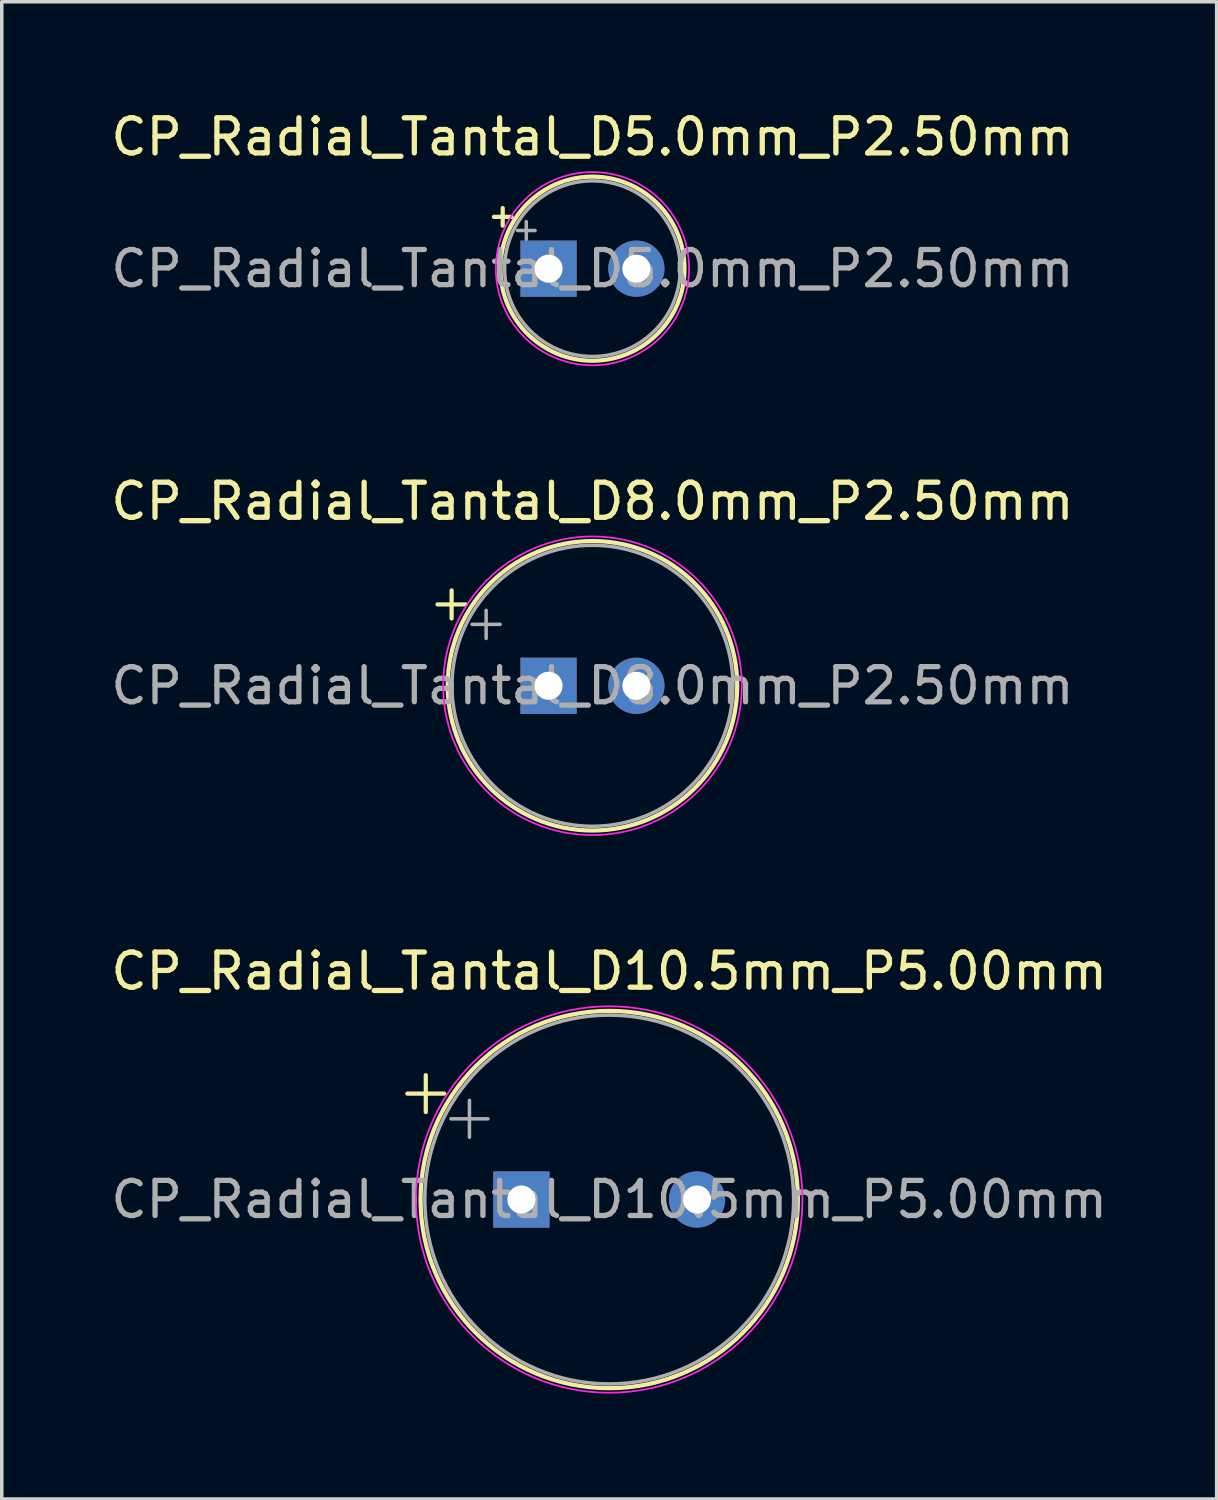
<source format=kicad_pcb>
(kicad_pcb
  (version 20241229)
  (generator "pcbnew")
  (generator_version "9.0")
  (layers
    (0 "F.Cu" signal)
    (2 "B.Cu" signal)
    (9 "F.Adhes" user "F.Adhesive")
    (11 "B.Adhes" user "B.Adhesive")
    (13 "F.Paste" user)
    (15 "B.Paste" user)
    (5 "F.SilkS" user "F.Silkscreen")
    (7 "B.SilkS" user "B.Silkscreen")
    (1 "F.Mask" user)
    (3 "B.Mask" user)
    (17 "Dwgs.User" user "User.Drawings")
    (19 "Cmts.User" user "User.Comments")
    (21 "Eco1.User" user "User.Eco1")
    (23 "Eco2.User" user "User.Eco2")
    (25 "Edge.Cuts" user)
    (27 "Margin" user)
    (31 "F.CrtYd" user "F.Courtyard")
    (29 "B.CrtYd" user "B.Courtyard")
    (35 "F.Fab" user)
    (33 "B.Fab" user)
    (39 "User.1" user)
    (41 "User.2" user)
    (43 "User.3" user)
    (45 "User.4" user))
  (footprint "CP_Radial_Tantal_D8.0mm_P2.50mm"
    (layer "F.Cu")
    (at 12.565 16.471)
    (property "Reference" "CP_Radial_Tantal_D8.0mm_P2.50mm" (at 1.25 -5.25 0) (layer "F.SilkS") (effects (font (size 1 1) (thickness 0.15))))
    (attr through_hole)
    (fp_line (start -3.16 -2.315) (end -2.36 -2.315) (stroke (width 0.12) (type solid)) (layer "F.SilkS"))
    (fp_line (start -2.76 -2.715) (end -2.76 -1.915) (stroke (width 0.12) (type solid)) (layer "F.SilkS"))
    (fp_circle (center 1.25 0) (end 5.37 0) (stroke (width 0.12) (type solid)) (fill no) (layer "F.SilkS"))
    (fp_circle (center 1.25 0) (end 5.5 0) (stroke (width 0.05) (type solid)) (fill no) (layer "F.CrtYd"))
    (fp_line (start -2.177 -1.748) (end -1.377 -1.748) (stroke (width 0.1) (type solid)) (layer "F.Fab"))
    (fp_line (start -1.777 -2.147) (end -1.777 -1.347) (stroke (width 0.1) (type solid)) (layer "F.Fab"))
    (fp_circle (center 1.25 0) (end 5.25 0) (stroke (width 0.1) (type solid)) (fill no) (layer "F.Fab"))
    (fp_text user "${REFERENCE}" (at 1.25 0 0) (layer "F.Fab") (effects (font (size 1 1) (thickness 0.15))))
    (pad "1" thru_hole rect (at 0 0) (size 1.6 1.6) (drill 0.8) (layers "*.Cu" "*.Mask"))
    (pad "2" thru_hole circle (at 2.5 0) (size 1.6 1.6) (drill 0.8) (layers "*.Cu" "*.Mask")))
  (footprint "CP_Radial_Tantal_D10.5mm_P5.00mm"
    (layer "F.Cu")
    (at 11.792 31.095)
    (property "Reference" "CP_Radial_Tantal_D10.5mm_P5.00mm" (at 2.5 -6.5 0) (layer "F.SilkS") (effects (font (size 1 1) (thickness 0.15))))
    (attr through_hole)
    (fp_line (start -3.247 -3.015) (end -2.197 -3.015) (stroke (width 0.12) (type solid)) (layer "F.SilkS"))
    (fp_line (start -2.722 -3.54) (end -2.722 -2.49) (stroke (width 0.12) (type solid)) (layer "F.SilkS"))
    (fp_circle (center 2.5 0) (end 7.87 0) (stroke (width 0.12) (type solid)) (fill no) (layer "F.SilkS"))
    (fp_circle (center 2.5 0) (end 8 0) (stroke (width 0.05) (type solid)) (fill no) (layer "F.CrtYd"))
    (fp_line (start -2.004 -2.297) (end -0.954 -2.297) (stroke (width 0.1) (type solid)) (layer "F.Fab"))
    (fp_line (start -1.479 -2.822) (end -1.479 -1.772) (stroke (width 0.1) (type solid)) (layer "F.Fab"))
    (fp_circle (center 2.5 0) (end 7.75 0) (stroke (width 0.1) (type solid)) (fill no) (layer "F.Fab"))
    (fp_text user "${REFERENCE}" (at 2.5 0 0) (layer "F.Fab") (effects (font (size 1 1) (thickness 0.15))))
    (pad "1" thru_hole rect (at 0 0) (size 1.6 1.6) (drill 0.8) (layers "*.Cu" "*.Mask"))
    (pad "2" thru_hole circle (at 5 0) (size 1.6 1.6) (drill 0.8) (layers "*.Cu" "*.Mask")))
  (footprint "CP_Radial_Tantal_D5.0mm_P2.50mm"
    (layer "F.Cu")
    (at 12.565 4.598)
    (property "Reference" "CP_Radial_Tantal_D5.0mm_P2.50mm" (at 1.25 -3.75 0) (layer "F.SilkS") (effects (font (size 1 1) (thickness 0.15))))
    (attr through_hole)
    (fp_line (start -1.555 -1.475) (end -1.055 -1.475) (stroke (width 0.12) (type solid)) (layer "F.SilkS"))
    (fp_line (start -1.305 -1.725) (end -1.305 -1.225) (stroke (width 0.12) (type solid)) (layer "F.SilkS"))
    (fp_circle (center 1.25 0) (end 3.87 0) (stroke (width 0.12) (type solid)) (fill no) (layer "F.SilkS"))
    (fp_circle (center 1.25 0) (end 4 0) (stroke (width 0.05) (type solid)) (fill no) (layer "F.CrtYd"))
    (fp_line (start -0.884 -1.087) (end -0.384 -1.087) (stroke (width 0.1) (type solid)) (layer "F.Fab"))
    (fp_line (start -0.634 -1.337) (end -0.634 -0.838) (stroke (width 0.1) (type solid)) (layer "F.Fab"))
    (fp_circle (center 1.25 0) (end 3.75 0) (stroke (width 0.1) (type solid)) (fill no) (layer "F.Fab"))
    (fp_text user "${REFERENCE}" (at 1.25 0 0) (layer "F.Fab") (effects (font (size 1 1) (thickness 0.15))))
    (pad "1" thru_hole rect (at 0 0) (size 1.6 1.6) (drill 0.8) (layers "*.Cu" "*.Mask"))
    (pad "2" thru_hole circle (at 2.5 0) (size 1.6 1.6) (drill 0.8) (layers "*.Cu" "*.Mask")))
  (gr_rect
    (start -3 -3)
    (end 31.583 39.62)
    (stroke (width 0.1) (type default))
    (fill no)
    (layer "Edge.Cuts")))
</source>
